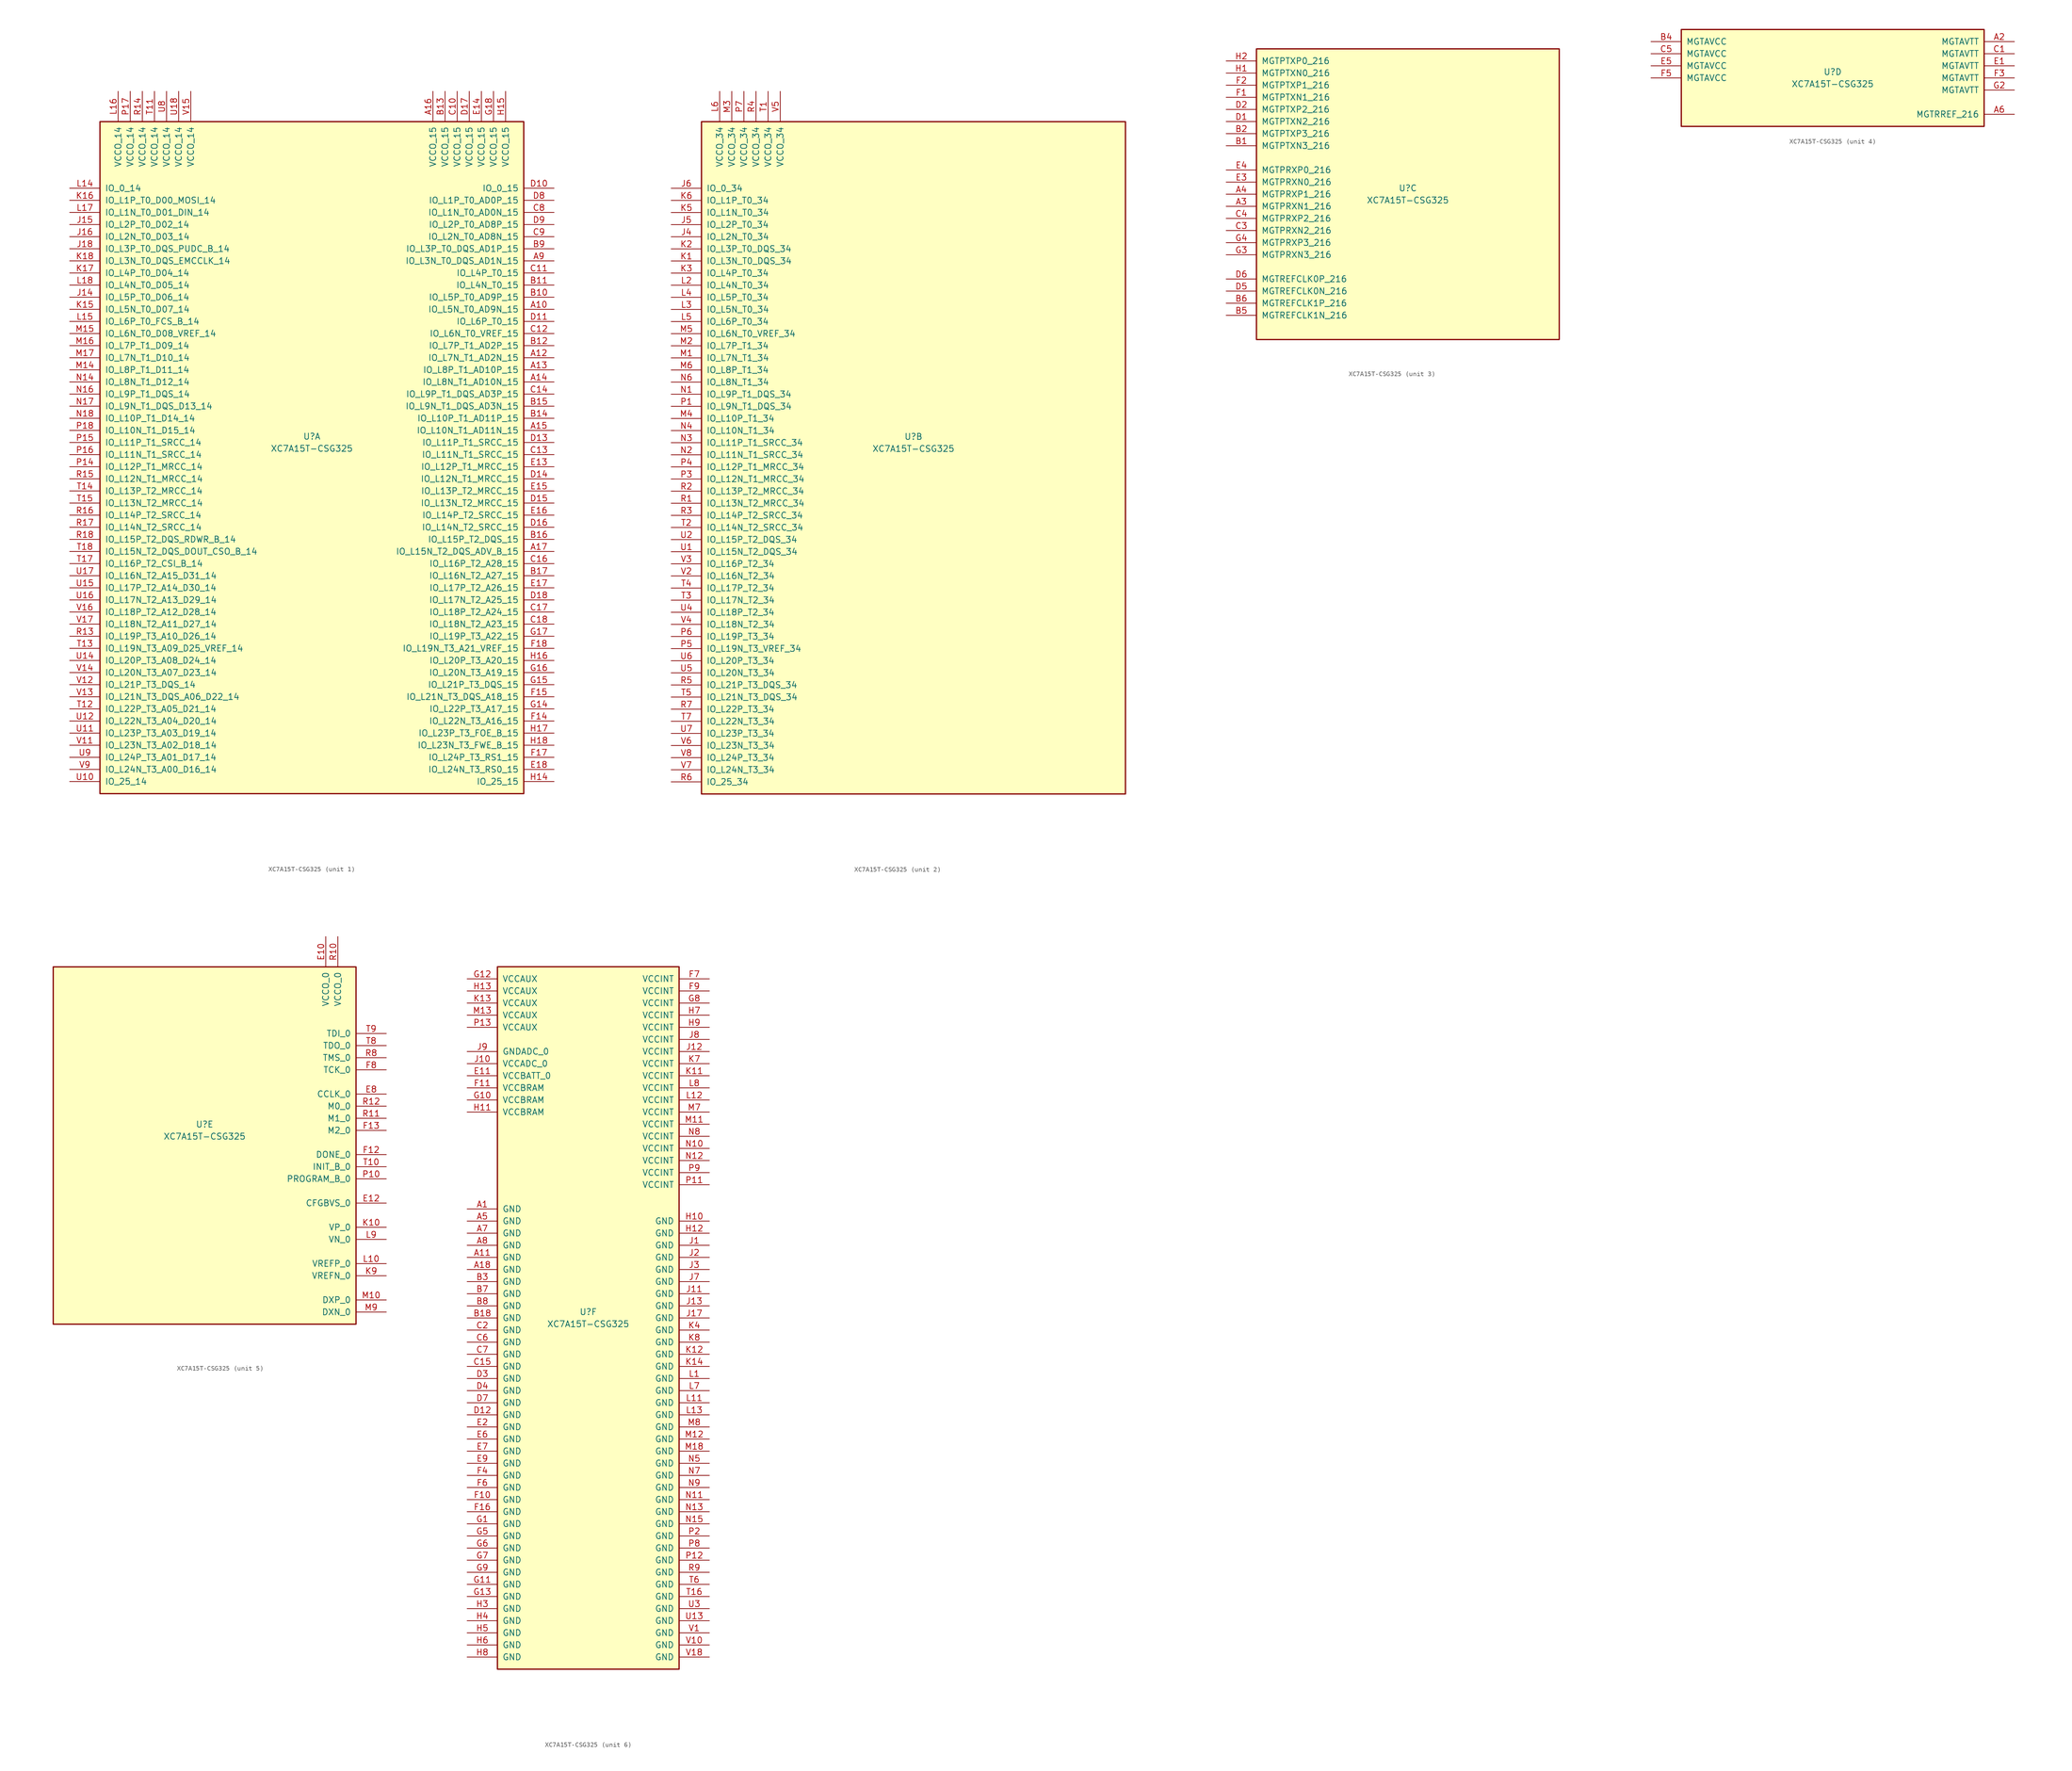
<source format=kicad_sym>
(kicad_symbol_lib
  (version 20201005)
  (generator kicad_symbol_editor)
  (symbol "XC7A15T-CSG325"
    (pin_names
      (offset 1.016))
    (property "Reference" "U"
      (at 0 1.27 0)
      (effects (font (size 1.27 1.27))))
    (property "Value" "XC7A15T-CSG325"
      (at 0 -1.27 0)
      (effects (font (size 1.27 1.27))))
    (property "Datasheet" ""
      (at 0 0 0)
      (effects (font (size 1.27 1.27))))
    (property "ki_locked" ""
      (at 0 0 0)
      (effects (font (size 1.27 1.27))))
    (symbol "XC7A15T-CSG325_1_1"
      (rectangle (start -44.45 67.31) (end 44.45 -73.66) (stroke (width 0.254)) (fill (type background)))
      (pin power_in line (at -40.64 73.66 270) (length 6.35) (name "VCCO_14" (effects (font (size 1.27 1.27)))) (number "L16" (effects (font (size 1.27 1.27)))))
      (pin power_in line (at -38.1 73.66 270) (length 6.35) (name "VCCO_14" (effects (font (size 1.27 1.27)))) (number "P17" (effects (font (size 1.27 1.27)))))
      (pin power_in line (at -35.56 73.66 270) (length 6.35) (name "VCCO_14" (effects (font (size 1.27 1.27)))) (number "R14" (effects (font (size 1.27 1.27)))))
      (pin power_in line (at -33.02 73.66 270) (length 6.35) (name "VCCO_14" (effects (font (size 1.27 1.27)))) (number "T11" (effects (font (size 1.27 1.27)))))
      (pin power_in line (at -30.48 73.66 270) (length 6.35) (name "VCCO_14" (effects (font (size 1.27 1.27)))) (number "U8" (effects (font (size 1.27 1.27)))))
      (pin power_in line (at -27.94 73.66 270) (length 6.35) (name "VCCO_14" (effects (font (size 1.27 1.27)))) (number "U18" (effects (font (size 1.27 1.27)))))
      (pin power_in line (at -25.4 73.66 270) (length 6.35) (name "VCCO_14" (effects (font (size 1.27 1.27)))) (number "V15" (effects (font (size 1.27 1.27)))))
      (pin bidirectional line (at -50.8 53.34 0) (length 6.35) (name "IO_0_14" (effects (font (size 1.27 1.27)))) (number "L14" (effects (font (size 1.27 1.27)))))
      (pin bidirectional line (at -50.8 50.8 0) (length 6.35) (name "IO_L1P_T0_D00_MOSI_14" (effects (font (size 1.27 1.27)))) (number "K16" (effects (font (size 1.27 1.27)))))
      (pin bidirectional line (at -50.8 48.26 0) (length 6.35) (name "IO_L1N_T0_D01_DIN_14" (effects (font (size 1.27 1.27)))) (number "L17" (effects (font (size 1.27 1.27)))))
      (pin bidirectional line (at -50.8 45.72 0) (length 6.35) (name "IO_L2P_T0_D02_14" (effects (font (size 1.27 1.27)))) (number "J15" (effects (font (size 1.27 1.27)))))
      (pin bidirectional line (at -50.8 43.18 0) (length 6.35) (name "IO_L2N_T0_D03_14" (effects (font (size 1.27 1.27)))) (number "J16" (effects (font (size 1.27 1.27)))))
      (pin bidirectional line (at -50.8 40.64 0) (length 6.35) (name "IO_L3P_T0_DQS_PUDC_B_14" (effects (font (size 1.27 1.27)))) (number "J18" (effects (font (size 1.27 1.27)))))
      (pin bidirectional line (at -50.8 38.1 0) (length 6.35) (name "IO_L3N_T0_DQS_EMCCLK_14" (effects (font (size 1.27 1.27)))) (number "K18" (effects (font (size 1.27 1.27)))))
      (pin bidirectional line (at -50.8 35.56 0) (length 6.35) (name "IO_L4P_T0_D04_14" (effects (font (size 1.27 1.27)))) (number "K17" (effects (font (size 1.27 1.27)))))
      (pin bidirectional line (at -50.8 33.02 0) (length 6.35) (name "IO_L4N_T0_D05_14" (effects (font (size 1.27 1.27)))) (number "L18" (effects (font (size 1.27 1.27)))))
      (pin bidirectional line (at -50.8 30.48 0) (length 6.35) (name "IO_L5P_T0_D06_14" (effects (font (size 1.27 1.27)))) (number "J14" (effects (font (size 1.27 1.27)))))
      (pin bidirectional line (at -50.8 27.94 0) (length 6.35) (name "IO_L5N_T0_D07_14" (effects (font (size 1.27 1.27)))) (number "K15" (effects (font (size 1.27 1.27)))))
      (pin bidirectional line (at -50.8 25.4 0) (length 6.35) (name "IO_L6P_T0_FCS_B_14" (effects (font (size 1.27 1.27)))) (number "L15" (effects (font (size 1.27 1.27)))))
      (pin bidirectional line (at -50.8 22.86 0) (length 6.35) (name "IO_L6N_T0_D08_VREF_14" (effects (font (size 1.27 1.27)))) (number "M15" (effects (font (size 1.27 1.27)))))
      (pin bidirectional line (at -50.8 20.32 0) (length 6.35) (name "IO_L7P_T1_D09_14" (effects (font (size 1.27 1.27)))) (number "M16" (effects (font (size 1.27 1.27)))))
      (pin bidirectional line (at -50.8 17.78 0) (length 6.35) (name "IO_L7N_T1_D10_14" (effects (font (size 1.27 1.27)))) (number "M17" (effects (font (size 1.27 1.27)))))
      (pin bidirectional line (at -50.8 15.24 0) (length 6.35) (name "IO_L8P_T1_D11_14" (effects (font (size 1.27 1.27)))) (number "M14" (effects (font (size 1.27 1.27)))))
      (pin bidirectional line (at -50.8 12.7 0) (length 6.35) (name "IO_L8N_T1_D12_14" (effects (font (size 1.27 1.27)))) (number "N14" (effects (font (size 1.27 1.27)))))
      (pin bidirectional line (at -50.8 10.16 0) (length 6.35) (name "IO_L9P_T1_DQS_14" (effects (font (size 1.27 1.27)))) (number "N16" (effects (font (size 1.27 1.27)))))
      (pin bidirectional line (at -50.8 7.62 0) (length 6.35) (name "IO_L9N_T1_DQS_D13_14" (effects (font (size 1.27 1.27)))) (number "N17" (effects (font (size 1.27 1.27)))))
      (pin bidirectional line (at -50.8 5.08 0) (length 6.35) (name "IO_L10P_T1_D14_14" (effects (font (size 1.27 1.27)))) (number "N18" (effects (font (size 1.27 1.27)))))
      (pin bidirectional line (at -50.8 2.54 0) (length 6.35) (name "IO_L10N_T1_D15_14" (effects (font (size 1.27 1.27)))) (number "P18" (effects (font (size 1.27 1.27)))))
      (pin bidirectional line (at -50.8 0 0) (length 6.35) (name "IO_L11P_T1_SRCC_14" (effects (font (size 1.27 1.27)))) (number "P15" (effects (font (size 1.27 1.27)))))
      (pin bidirectional line (at -50.8 -2.54 0) (length 6.35) (name "IO_L11N_T1_SRCC_14" (effects (font (size 1.27 1.27)))) (number "P16" (effects (font (size 1.27 1.27)))))
      (pin bidirectional line (at -50.8 -5.08 0) (length 6.35) (name "IO_L12P_T1_MRCC_14" (effects (font (size 1.27 1.27)))) (number "P14" (effects (font (size 1.27 1.27)))))
      (pin bidirectional line (at -50.8 -7.62 0) (length 6.35) (name "IO_L12N_T1_MRCC_14" (effects (font (size 1.27 1.27)))) (number "R15" (effects (font (size 1.27 1.27)))))
      (pin bidirectional line (at -50.8 -10.16 0) (length 6.35) (name "IO_L13P_T2_MRCC_14" (effects (font (size 1.27 1.27)))) (number "T14" (effects (font (size 1.27 1.27)))))
      (pin bidirectional line (at -50.8 -12.7 0) (length 6.35) (name "IO_L13N_T2_MRCC_14" (effects (font (size 1.27 1.27)))) (number "T15" (effects (font (size 1.27 1.27)))))
      (pin bidirectional line (at -50.8 -15.24 0) (length 6.35) (name "IO_L14P_T2_SRCC_14" (effects (font (size 1.27 1.27)))) (number "R16" (effects (font (size 1.27 1.27)))))
      (pin bidirectional line (at -50.8 -17.78 0) (length 6.35) (name "IO_L14N_T2_SRCC_14" (effects (font (size 1.27 1.27)))) (number "R17" (effects (font (size 1.27 1.27)))))
      (pin bidirectional line (at -50.8 -20.32 0) (length 6.35) (name "IO_L15P_T2_DQS_RDWR_B_14" (effects (font (size 1.27 1.27)))) (number "R18" (effects (font (size 1.27 1.27)))))
      (pin bidirectional line (at -50.8 -22.86 0) (length 6.35) (name "IO_L15N_T2_DQS_DOUT_CSO_B_14" (effects (font (size 1.27 1.27)))) (number "T18" (effects (font (size 1.27 1.27)))))
      (pin bidirectional line (at -50.8 -25.4 0) (length 6.35) (name "IO_L16P_T2_CSI_B_14" (effects (font (size 1.27 1.27)))) (number "T17" (effects (font (size 1.27 1.27)))))
      (pin bidirectional line (at -50.8 -27.94 0) (length 6.35) (name "IO_L16N_T2_A15_D31_14" (effects (font (size 1.27 1.27)))) (number "U17" (effects (font (size 1.27 1.27)))))
      (pin bidirectional line (at -50.8 -30.48 0) (length 6.35) (name "IO_L17P_T2_A14_D30_14" (effects (font (size 1.27 1.27)))) (number "U15" (effects (font (size 1.27 1.27)))))
      (pin bidirectional line (at -50.8 -33.02 0) (length 6.35) (name "IO_L17N_T2_A13_D29_14" (effects (font (size 1.27 1.27)))) (number "U16" (effects (font (size 1.27 1.27)))))
      (pin bidirectional line (at -50.8 -35.56 0) (length 6.35) (name "IO_L18P_T2_A12_D28_14" (effects (font (size 1.27 1.27)))) (number "V16" (effects (font (size 1.27 1.27)))))
      (pin bidirectional line (at -50.8 -38.1 0) (length 6.35) (name "IO_L18N_T2_A11_D27_14" (effects (font (size 1.27 1.27)))) (number "V17" (effects (font (size 1.27 1.27)))))
      (pin bidirectional line (at -50.8 -40.64 0) (length 6.35) (name "IO_L19P_T3_A10_D26_14" (effects (font (size 1.27 1.27)))) (number "R13" (effects (font (size 1.27 1.27)))))
      (pin bidirectional line (at -50.8 -43.18 0) (length 6.35) (name "IO_L19N_T3_A09_D25_VREF_14" (effects (font (size 1.27 1.27)))) (number "T13" (effects (font (size 1.27 1.27)))))
      (pin bidirectional line (at -50.8 -45.72 0) (length 6.35) (name "IO_L20P_T3_A08_D24_14" (effects (font (size 1.27 1.27)))) (number "U14" (effects (font (size 1.27 1.27)))))
      (pin bidirectional line (at -50.8 -48.26 0) (length 6.35) (name "IO_L20N_T3_A07_D23_14" (effects (font (size 1.27 1.27)))) (number "V14" (effects (font (size 1.27 1.27)))))
      (pin bidirectional line (at -50.8 -50.8 0) (length 6.35) (name "IO_L21P_T3_DQS_14" (effects (font (size 1.27 1.27)))) (number "V12" (effects (font (size 1.27 1.27)))))
      (pin bidirectional line (at -50.8 -53.34 0) (length 6.35) (name "IO_L21N_T3_DQS_A06_D22_14" (effects (font (size 1.27 1.27)))) (number "V13" (effects (font (size 1.27 1.27)))))
      (pin bidirectional line (at -50.8 -55.88 0) (length 6.35) (name "IO_L22P_T3_A05_D21_14" (effects (font (size 1.27 1.27)))) (number "T12" (effects (font (size 1.27 1.27)))))
      (pin bidirectional line (at -50.8 -58.42 0) (length 6.35) (name "IO_L22N_T3_A04_D20_14" (effects (font (size 1.27 1.27)))) (number "U12" (effects (font (size 1.27 1.27)))))
      (pin bidirectional line (at -50.8 -60.96 0) (length 6.35) (name "IO_L23P_T3_A03_D19_14" (effects (font (size 1.27 1.27)))) (number "U11" (effects (font (size 1.27 1.27)))))
      (pin bidirectional line (at -50.8 -63.5 0) (length 6.35) (name "IO_L23N_T3_A02_D18_14" (effects (font (size 1.27 1.27)))) (number "V11" (effects (font (size 1.27 1.27)))))
      (pin bidirectional line (at -50.8 -66.04 0) (length 6.35) (name "IO_L24P_T3_A01_D17_14" (effects (font (size 1.27 1.27)))) (number "U9" (effects (font (size 1.27 1.27)))))
      (pin bidirectional line (at -50.8 -68.58 0) (length 6.35) (name "IO_L24N_T3_A00_D16_14" (effects (font (size 1.27 1.27)))) (number "V9" (effects (font (size 1.27 1.27)))))
      (pin bidirectional line (at -50.8 -71.12 0) (length 6.35) (name "IO_25_14" (effects (font (size 1.27 1.27)))) (number "U10" (effects (font (size 1.27 1.27)))))
      (pin power_in line (at 25.4 73.66 270) (length 6.35) (name "VCCO_15" (effects (font (size 1.27 1.27)))) (number "A16" (effects (font (size 1.27 1.27)))))
      (pin power_in line (at 27.94 73.66 270) (length 6.35) (name "VCCO_15" (effects (font (size 1.27 1.27)))) (number "B13" (effects (font (size 1.27 1.27)))))
      (pin power_in line (at 30.48 73.66 270) (length 6.35) (name "VCCO_15" (effects (font (size 1.27 1.27)))) (number "C10" (effects (font (size 1.27 1.27)))))
      (pin power_in line (at 33.02 73.66 270) (length 6.35) (name "VCCO_15" (effects (font (size 1.27 1.27)))) (number "D17" (effects (font (size 1.27 1.27)))))
      (pin power_in line (at 35.56 73.66 270) (length 6.35) (name "VCCO_15" (effects (font (size 1.27 1.27)))) (number "E14" (effects (font (size 1.27 1.27)))))
      (pin power_in line (at 38.1 73.66 270) (length 6.35) (name "VCCO_15" (effects (font (size 1.27 1.27)))) (number "G18" (effects (font (size 1.27 1.27)))))
      (pin power_in line (at 40.64 73.66 270) (length 6.35) (name "VCCO_15" (effects (font (size 1.27 1.27)))) (number "H15" (effects (font (size 1.27 1.27)))))
      (pin bidirectional line (at 50.8 53.34 180) (length 6.35) (name "IO_0_15" (effects (font (size 1.27 1.27)))) (number "D10" (effects (font (size 1.27 1.27)))))
      (pin bidirectional line (at 50.8 50.8 180) (length 6.35) (name "IO_L1P_T0_AD0P_15" (effects (font (size 1.27 1.27)))) (number "D8" (effects (font (size 1.27 1.27)))))
      (pin bidirectional line (at 50.8 48.26 180) (length 6.35) (name "IO_L1N_T0_AD0N_15" (effects (font (size 1.27 1.27)))) (number "C8" (effects (font (size 1.27 1.27)))))
      (pin bidirectional line (at 50.8 45.72 180) (length 6.35) (name "IO_L2P_T0_AD8P_15" (effects (font (size 1.27 1.27)))) (number "D9" (effects (font (size 1.27 1.27)))))
      (pin bidirectional line (at 50.8 43.18 180) (length 6.35) (name "IO_L2N_T0_AD8N_15" (effects (font (size 1.27 1.27)))) (number "C9" (effects (font (size 1.27 1.27)))))
      (pin bidirectional line (at 50.8 40.64 180) (length 6.35) (name "IO_L3P_T0_DQS_AD1P_15" (effects (font (size 1.27 1.27)))) (number "B9" (effects (font (size 1.27 1.27)))))
      (pin bidirectional line (at 50.8 38.1 180) (length 6.35) (name "IO_L3N_T0_DQS_AD1N_15" (effects (font (size 1.27 1.27)))) (number "A9" (effects (font (size 1.27 1.27)))))
      (pin bidirectional line (at 50.8 35.56 180) (length 6.35) (name "IO_L4P_T0_15" (effects (font (size 1.27 1.27)))) (number "C11" (effects (font (size 1.27 1.27)))))
      (pin bidirectional line (at 50.8 33.02 180) (length 6.35) (name "IO_L4N_T0_15" (effects (font (size 1.27 1.27)))) (number "B11" (effects (font (size 1.27 1.27)))))
      (pin bidirectional line (at 50.8 30.48 180) (length 6.35) (name "IO_L5P_T0_AD9P_15" (effects (font (size 1.27 1.27)))) (number "B10" (effects (font (size 1.27 1.27)))))
      (pin bidirectional line (at 50.8 27.94 180) (length 6.35) (name "IO_L5N_T0_AD9N_15" (effects (font (size 1.27 1.27)))) (number "A10" (effects (font (size 1.27 1.27)))))
      (pin bidirectional line (at 50.8 25.4 180) (length 6.35) (name "IO_L6P_T0_15" (effects (font (size 1.27 1.27)))) (number "D11" (effects (font (size 1.27 1.27)))))
      (pin bidirectional line (at 50.8 22.86 180) (length 6.35) (name "IO_L6N_T0_VREF_15" (effects (font (size 1.27 1.27)))) (number "C12" (effects (font (size 1.27 1.27)))))
      (pin bidirectional line (at 50.8 20.32 180) (length 6.35) (name "IO_L7P_T1_AD2P_15" (effects (font (size 1.27 1.27)))) (number "B12" (effects (font (size 1.27 1.27)))))
      (pin bidirectional line (at 50.8 17.78 180) (length 6.35) (name "IO_L7N_T1_AD2N_15" (effects (font (size 1.27 1.27)))) (number "A12" (effects (font (size 1.27 1.27)))))
      (pin bidirectional line (at 50.8 15.24 180) (length 6.35) (name "IO_L8P_T1_AD10P_15" (effects (font (size 1.27 1.27)))) (number "A13" (effects (font (size 1.27 1.27)))))
      (pin bidirectional line (at 50.8 12.7 180) (length 6.35) (name "IO_L8N_T1_AD10N_15" (effects (font (size 1.27 1.27)))) (number "A14" (effects (font (size 1.27 1.27)))))
      (pin bidirectional line (at 50.8 10.16 180) (length 6.35) (name "IO_L9P_T1_DQS_AD3P_15" (effects (font (size 1.27 1.27)))) (number "C14" (effects (font (size 1.27 1.27)))))
      (pin bidirectional line (at 50.8 7.62 180) (length 6.35) (name "IO_L9N_T1_DQS_AD3N_15" (effects (font (size 1.27 1.27)))) (number "B15" (effects (font (size 1.27 1.27)))))
      (pin bidirectional line (at 50.8 5.08 180) (length 6.35) (name "IO_L10P_T1_AD11P_15" (effects (font (size 1.27 1.27)))) (number "B14" (effects (font (size 1.27 1.27)))))
      (pin bidirectional line (at 50.8 2.54 180) (length 6.35) (name "IO_L10N_T1_AD11N_15" (effects (font (size 1.27 1.27)))) (number "A15" (effects (font (size 1.27 1.27)))))
      (pin bidirectional line (at 50.8 0 180) (length 6.35) (name "IO_L11P_T1_SRCC_15" (effects (font (size 1.27 1.27)))) (number "D13" (effects (font (size 1.27 1.27)))))
      (pin bidirectional line (at 50.8 -2.54 180) (length 6.35) (name "IO_L11N_T1_SRCC_15" (effects (font (size 1.27 1.27)))) (number "C13" (effects (font (size 1.27 1.27)))))
      (pin bidirectional line (at 50.8 -5.08 180) (length 6.35) (name "IO_L12P_T1_MRCC_15" (effects (font (size 1.27 1.27)))) (number "E13" (effects (font (size 1.27 1.27)))))
      (pin bidirectional line (at 50.8 -7.62 180) (length 6.35) (name "IO_L12N_T1_MRCC_15" (effects (font (size 1.27 1.27)))) (number "D14" (effects (font (size 1.27 1.27)))))
      (pin bidirectional line (at 50.8 -10.16 180) (length 6.35) (name "IO_L13P_T2_MRCC_15" (effects (font (size 1.27 1.27)))) (number "E15" (effects (font (size 1.27 1.27)))))
      (pin bidirectional line (at 50.8 -12.7 180) (length 6.35) (name "IO_L13N_T2_MRCC_15" (effects (font (size 1.27 1.27)))) (number "D15" (effects (font (size 1.27 1.27)))))
      (pin bidirectional line (at 50.8 -15.24 180) (length 6.35) (name "IO_L14P_T2_SRCC_15" (effects (font (size 1.27 1.27)))) (number "E16" (effects (font (size 1.27 1.27)))))
      (pin bidirectional line (at 50.8 -17.78 180) (length 6.35) (name "IO_L14N_T2_SRCC_15" (effects (font (size 1.27 1.27)))) (number "D16" (effects (font (size 1.27 1.27)))))
      (pin bidirectional line (at 50.8 -20.32 180) (length 6.35) (name "IO_L15P_T2_DQS_15" (effects (font (size 1.27 1.27)))) (number "B16" (effects (font (size 1.27 1.27)))))
      (pin bidirectional line (at 50.8 -22.86 180) (length 6.35) (name "IO_L15N_T2_DQS_ADV_B_15" (effects (font (size 1.27 1.27)))) (number "A17" (effects (font (size 1.27 1.27)))))
      (pin bidirectional line (at 50.8 -25.4 180) (length 6.35) (name "IO_L16P_T2_A28_15" (effects (font (size 1.27 1.27)))) (number "C16" (effects (font (size 1.27 1.27)))))
      (pin bidirectional line (at 50.8 -27.94 180) (length 6.35) (name "IO_L16N_T2_A27_15" (effects (font (size 1.27 1.27)))) (number "B17" (effects (font (size 1.27 1.27)))))
      (pin bidirectional line (at 50.8 -30.48 180) (length 6.35) (name "IO_L17P_T2_A26_15" (effects (font (size 1.27 1.27)))) (number "E17" (effects (font (size 1.27 1.27)))))
      (pin bidirectional line (at 50.8 -33.02 180) (length 6.35) (name "IO_L17N_T2_A25_15" (effects (font (size 1.27 1.27)))) (number "D18" (effects (font (size 1.27 1.27)))))
      (pin bidirectional line (at 50.8 -35.56 180) (length 6.35) (name "IO_L18P_T2_A24_15" (effects (font (size 1.27 1.27)))) (number "C17" (effects (font (size 1.27 1.27)))))
      (pin bidirectional line (at 50.8 -38.1 180) (length 6.35) (name "IO_L18N_T2_A23_15" (effects (font (size 1.27 1.27)))) (number "C18" (effects (font (size 1.27 1.27)))))
      (pin bidirectional line (at 50.8 -40.64 180) (length 6.35) (name "IO_L19P_T3_A22_15" (effects (font (size 1.27 1.27)))) (number "G17" (effects (font (size 1.27 1.27)))))
      (pin bidirectional line (at 50.8 -43.18 180) (length 6.35) (name "IO_L19N_T3_A21_VREF_15" (effects (font (size 1.27 1.27)))) (number "F18" (effects (font (size 1.27 1.27)))))
      (pin bidirectional line (at 50.8 -45.72 180) (length 6.35) (name "IO_L20P_T3_A20_15" (effects (font (size 1.27 1.27)))) (number "H16" (effects (font (size 1.27 1.27)))))
      (pin bidirectional line (at 50.8 -48.26 180) (length 6.35) (name "IO_L20N_T3_A19_15" (effects (font (size 1.27 1.27)))) (number "G16" (effects (font (size 1.27 1.27)))))
      (pin bidirectional line (at 50.8 -50.8 180) (length 6.35) (name "IO_L21P_T3_DQS_15" (effects (font (size 1.27 1.27)))) (number "G15" (effects (font (size 1.27 1.27)))))
      (pin bidirectional line (at 50.8 -53.34 180) (length 6.35) (name "IO_L21N_T3_DQS_A18_15" (effects (font (size 1.27 1.27)))) (number "F15" (effects (font (size 1.27 1.27)))))
      (pin bidirectional line (at 50.8 -55.88 180) (length 6.35) (name "IO_L22P_T3_A17_15" (effects (font (size 1.27 1.27)))) (number "G14" (effects (font (size 1.27 1.27)))))
      (pin bidirectional line (at 50.8 -58.42 180) (length 6.35) (name "IO_L22N_T3_A16_15" (effects (font (size 1.27 1.27)))) (number "F14" (effects (font (size 1.27 1.27)))))
      (pin bidirectional line (at 50.8 -60.96 180) (length 6.35) (name "IO_L23P_T3_FOE_B_15" (effects (font (size 1.27 1.27)))) (number "H17" (effects (font (size 1.27 1.27)))))
      (pin bidirectional line (at 50.8 -63.5 180) (length 6.35) (name "IO_L23N_T3_FWE_B_15" (effects (font (size 1.27 1.27)))) (number "H18" (effects (font (size 1.27 1.27)))))
      (pin bidirectional line (at 50.8 -66.04 180) (length 6.35) (name "IO_L24P_T3_RS1_15" (effects (font (size 1.27 1.27)))) (number "F17" (effects (font (size 1.27 1.27)))))
      (pin bidirectional line (at 50.8 -68.58 180) (length 6.35) (name "IO_L24N_T3_RS0_15" (effects (font (size 1.27 1.27)))) (number "E18" (effects (font (size 1.27 1.27)))))
      (pin bidirectional line (at 50.8 -71.12 180) (length 6.35) (name "IO_25_15" (effects (font (size 1.27 1.27)))) (number "H14" (effects (font (size 1.27 1.27))))))
    (symbol "XC7A15T-CSG325_2_1"
      (rectangle (start -44.45 67.31) (end 44.45 -73.66) (stroke (width 0.254)) (fill (type background)))
      (pin power_in line (at -40.64 73.66 270) (length 6.35) (name "VCCO_34" (effects (font (size 1.27 1.27)))) (number "L6" (effects (font (size 1.27 1.27)))))
      (pin power_in line (at -38.1 73.66 270) (length 6.35) (name "VCCO_34" (effects (font (size 1.27 1.27)))) (number "M3" (effects (font (size 1.27 1.27)))))
      (pin power_in line (at -35.56 73.66 270) (length 6.35) (name "VCCO_34" (effects (font (size 1.27 1.27)))) (number "P7" (effects (font (size 1.27 1.27)))))
      (pin power_in line (at -33.02 73.66 270) (length 6.35) (name "VCCO_34" (effects (font (size 1.27 1.27)))) (number "R4" (effects (font (size 1.27 1.27)))))
      (pin power_in line (at -30.48 73.66 270) (length 6.35) (name "VCCO_34" (effects (font (size 1.27 1.27)))) (number "T1" (effects (font (size 1.27 1.27)))))
      (pin power_in line (at -27.94 73.66 270) (length 6.35) (name "VCCO_34" (effects (font (size 1.27 1.27)))) (number "V5" (effects (font (size 1.27 1.27)))))
      (pin bidirectional line (at -50.8 53.34 0) (length 6.35) (name "IO_0_34" (effects (font (size 1.27 1.27)))) (number "J6" (effects (font (size 1.27 1.27)))))
      (pin bidirectional line (at -50.8 50.8 0) (length 6.35) (name "IO_L1P_T0_34" (effects (font (size 1.27 1.27)))) (number "K6" (effects (font (size 1.27 1.27)))))
      (pin bidirectional line (at -50.8 48.26 0) (length 6.35) (name "IO_L1N_T0_34" (effects (font (size 1.27 1.27)))) (number "K5" (effects (font (size 1.27 1.27)))))
      (pin bidirectional line (at -50.8 45.72 0) (length 6.35) (name "IO_L2P_T0_34" (effects (font (size 1.27 1.27)))) (number "J5" (effects (font (size 1.27 1.27)))))
      (pin bidirectional line (at -50.8 43.18 0) (length 6.35) (name "IO_L2N_T0_34" (effects (font (size 1.27 1.27)))) (number "J4" (effects (font (size 1.27 1.27)))))
      (pin bidirectional line (at -50.8 40.64 0) (length 6.35) (name "IO_L3P_T0_DQS_34" (effects (font (size 1.27 1.27)))) (number "K2" (effects (font (size 1.27 1.27)))))
      (pin bidirectional line (at -50.8 38.1 0) (length 6.35) (name "IO_L3N_T0_DQS_34" (effects (font (size 1.27 1.27)))) (number "K1" (effects (font (size 1.27 1.27)))))
      (pin bidirectional line (at -50.8 35.56 0) (length 6.35) (name "IO_L4P_T0_34" (effects (font (size 1.27 1.27)))) (number "K3" (effects (font (size 1.27 1.27)))))
      (pin bidirectional line (at -50.8 33.02 0) (length 6.35) (name "IO_L4N_T0_34" (effects (font (size 1.27 1.27)))) (number "L2" (effects (font (size 1.27 1.27)))))
      (pin bidirectional line (at -50.8 30.48 0) (length 6.35) (name "IO_L5P_T0_34" (effects (font (size 1.27 1.27)))) (number "L4" (effects (font (size 1.27 1.27)))))
      (pin bidirectional line (at -50.8 27.94 0) (length 6.35) (name "IO_L5N_T0_34" (effects (font (size 1.27 1.27)))) (number "L3" (effects (font (size 1.27 1.27)))))
      (pin bidirectional line (at -50.8 25.4 0) (length 6.35) (name "IO_L6P_T0_34" (effects (font (size 1.27 1.27)))) (number "L5" (effects (font (size 1.27 1.27)))))
      (pin bidirectional line (at -50.8 22.86 0) (length 6.35) (name "IO_L6N_T0_VREF_34" (effects (font (size 1.27 1.27)))) (number "M5" (effects (font (size 1.27 1.27)))))
      (pin bidirectional line (at -50.8 20.32 0) (length 6.35) (name "IO_L7P_T1_34" (effects (font (size 1.27 1.27)))) (number "M2" (effects (font (size 1.27 1.27)))))
      (pin bidirectional line (at -50.8 17.78 0) (length 6.35) (name "IO_L7N_T1_34" (effects (font (size 1.27 1.27)))) (number "M1" (effects (font (size 1.27 1.27)))))
      (pin bidirectional line (at -50.8 15.24 0) (length 6.35) (name "IO_L8P_T1_34" (effects (font (size 1.27 1.27)))) (number "M6" (effects (font (size 1.27 1.27)))))
      (pin bidirectional line (at -50.8 12.7 0) (length 6.35) (name "IO_L8N_T1_34" (effects (font (size 1.27 1.27)))) (number "N6" (effects (font (size 1.27 1.27)))))
      (pin bidirectional line (at -50.8 10.16 0) (length 6.35) (name "IO_L9P_T1_DQS_34" (effects (font (size 1.27 1.27)))) (number "N1" (effects (font (size 1.27 1.27)))))
      (pin bidirectional line (at -50.8 7.62 0) (length 6.35) (name "IO_L9N_T1_DQS_34" (effects (font (size 1.27 1.27)))) (number "P1" (effects (font (size 1.27 1.27)))))
      (pin bidirectional line (at -50.8 5.08 0) (length 6.35) (name "IO_L10P_T1_34" (effects (font (size 1.27 1.27)))) (number "M4" (effects (font (size 1.27 1.27)))))
      (pin bidirectional line (at -50.8 2.54 0) (length 6.35) (name "IO_L10N_T1_34" (effects (font (size 1.27 1.27)))) (number "N4" (effects (font (size 1.27 1.27)))))
      (pin bidirectional line (at -50.8 0 0) (length 6.35) (name "IO_L11P_T1_SRCC_34" (effects (font (size 1.27 1.27)))) (number "N3" (effects (font (size 1.27 1.27)))))
      (pin bidirectional line (at -50.8 -2.54 0) (length 6.35) (name "IO_L11N_T1_SRCC_34" (effects (font (size 1.27 1.27)))) (number "N2" (effects (font (size 1.27 1.27)))))
      (pin bidirectional line (at -50.8 -5.08 0) (length 6.35) (name "IO_L12P_T1_MRCC_34" (effects (font (size 1.27 1.27)))) (number "P4" (effects (font (size 1.27 1.27)))))
      (pin bidirectional line (at -50.8 -7.62 0) (length 6.35) (name "IO_L12N_T1_MRCC_34" (effects (font (size 1.27 1.27)))) (number "P3" (effects (font (size 1.27 1.27)))))
      (pin bidirectional line (at -50.8 -10.16 0) (length 6.35) (name "IO_L13P_T2_MRCC_34" (effects (font (size 1.27 1.27)))) (number "R2" (effects (font (size 1.27 1.27)))))
      (pin bidirectional line (at -50.8 -12.7 0) (length 6.35) (name "IO_L13N_T2_MRCC_34" (effects (font (size 1.27 1.27)))) (number "R1" (effects (font (size 1.27 1.27)))))
      (pin bidirectional line (at -50.8 -15.24 0) (length 6.35) (name "IO_L14P_T2_SRCC_34" (effects (font (size 1.27 1.27)))) (number "R3" (effects (font (size 1.27 1.27)))))
      (pin bidirectional line (at -50.8 -17.78 0) (length 6.35) (name "IO_L14N_T2_SRCC_34" (effects (font (size 1.27 1.27)))) (number "T2" (effects (font (size 1.27 1.27)))))
      (pin bidirectional line (at -50.8 -20.32 0) (length 6.35) (name "IO_L15P_T2_DQS_34" (effects (font (size 1.27 1.27)))) (number "U2" (effects (font (size 1.27 1.27)))))
      (pin bidirectional line (at -50.8 -22.86 0) (length 6.35) (name "IO_L15N_T2_DQS_34" (effects (font (size 1.27 1.27)))) (number "U1" (effects (font (size 1.27 1.27)))))
      (pin bidirectional line (at -50.8 -25.4 0) (length 6.35) (name "IO_L16P_T2_34" (effects (font (size 1.27 1.27)))) (number "V3" (effects (font (size 1.27 1.27)))))
      (pin bidirectional line (at -50.8 -27.94 0) (length 6.35) (name "IO_L16N_T2_34" (effects (font (size 1.27 1.27)))) (number "V2" (effects (font (size 1.27 1.27)))))
      (pin bidirectional line (at -50.8 -30.48 0) (length 6.35) (name "IO_L17P_T2_34" (effects (font (size 1.27 1.27)))) (number "T4" (effects (font (size 1.27 1.27)))))
      (pin bidirectional line (at -50.8 -33.02 0) (length 6.35) (name "IO_L17N_T2_34" (effects (font (size 1.27 1.27)))) (number "T3" (effects (font (size 1.27 1.27)))))
      (pin bidirectional line (at -50.8 -35.56 0) (length 6.35) (name "IO_L18P_T2_34" (effects (font (size 1.27 1.27)))) (number "U4" (effects (font (size 1.27 1.27)))))
      (pin bidirectional line (at -50.8 -38.1 0) (length 6.35) (name "IO_L18N_T2_34" (effects (font (size 1.27 1.27)))) (number "V4" (effects (font (size 1.27 1.27)))))
      (pin bidirectional line (at -50.8 -40.64 0) (length 6.35) (name "IO_L19P_T3_34" (effects (font (size 1.27 1.27)))) (number "P6" (effects (font (size 1.27 1.27)))))
      (pin bidirectional line (at -50.8 -43.18 0) (length 6.35) (name "IO_L19N_T3_VREF_34" (effects (font (size 1.27 1.27)))) (number "P5" (effects (font (size 1.27 1.27)))))
      (pin bidirectional line (at -50.8 -45.72 0) (length 6.35) (name "IO_L20P_T3_34" (effects (font (size 1.27 1.27)))) (number "U6" (effects (font (size 1.27 1.27)))))
      (pin bidirectional line (at -50.8 -48.26 0) (length 6.35) (name "IO_L20N_T3_34" (effects (font (size 1.27 1.27)))) (number "U5" (effects (font (size 1.27 1.27)))))
      (pin bidirectional line (at -50.8 -50.8 0) (length 6.35) (name "IO_L21P_T3_DQS_34" (effects (font (size 1.27 1.27)))) (number "R5" (effects (font (size 1.27 1.27)))))
      (pin bidirectional line (at -50.8 -53.34 0) (length 6.35) (name "IO_L21N_T3_DQS_34" (effects (font (size 1.27 1.27)))) (number "T5" (effects (font (size 1.27 1.27)))))
      (pin bidirectional line (at -50.8 -55.88 0) (length 6.35) (name "IO_L22P_T3_34" (effects (font (size 1.27 1.27)))) (number "R7" (effects (font (size 1.27 1.27)))))
      (pin bidirectional line (at -50.8 -58.42 0) (length 6.35) (name "IO_L22N_T3_34" (effects (font (size 1.27 1.27)))) (number "T7" (effects (font (size 1.27 1.27)))))
      (pin bidirectional line (at -50.8 -60.96 0) (length 6.35) (name "IO_L23P_T3_34" (effects (font (size 1.27 1.27)))) (number "U7" (effects (font (size 1.27 1.27)))))
      (pin bidirectional line (at -50.8 -63.5 0) (length 6.35) (name "IO_L23N_T3_34" (effects (font (size 1.27 1.27)))) (number "V6" (effects (font (size 1.27 1.27)))))
      (pin bidirectional line (at -50.8 -66.04 0) (length 6.35) (name "IO_L24P_T3_34" (effects (font (size 1.27 1.27)))) (number "V8" (effects (font (size 1.27 1.27)))))
      (pin bidirectional line (at -50.8 -68.58 0) (length 6.35) (name "IO_L24N_T3_34" (effects (font (size 1.27 1.27)))) (number "V7" (effects (font (size 1.27 1.27)))))
      (pin bidirectional line (at -50.8 -71.12 0) (length 6.35) (name "IO_25_34" (effects (font (size 1.27 1.27)))) (number "R6" (effects (font (size 1.27 1.27))))))
    (symbol "XC7A15T-CSG325_3_1"
      (rectangle (start -31.75 30.48) (end 31.75 -30.48) (stroke (width 0.254)) (fill (type background)))
      (pin bidirectional line (at -38.1 27.94 0) (length 6.35) (name "MGTPTXP0_216" (effects (font (size 1.27 1.27)))) (number "H2" (effects (font (size 1.27 1.27)))))
      (pin bidirectional line (at -38.1 25.4 0) (length 6.35) (name "MGTPTXN0_216" (effects (font (size 1.27 1.27)))) (number "H1" (effects (font (size 1.27 1.27)))))
      (pin bidirectional line (at -38.1 22.86 0) (length 6.35) (name "MGTPTXP1_216" (effects (font (size 1.27 1.27)))) (number "F2" (effects (font (size 1.27 1.27)))))
      (pin bidirectional line (at -38.1 20.32 0) (length 6.35) (name "MGTPTXN1_216" (effects (font (size 1.27 1.27)))) (number "F1" (effects (font (size 1.27 1.27)))))
      (pin bidirectional line (at -38.1 17.78 0) (length 6.35) (name "MGTPTXP2_216" (effects (font (size 1.27 1.27)))) (number "D2" (effects (font (size 1.27 1.27)))))
      (pin bidirectional line (at -38.1 15.24 0) (length 6.35) (name "MGTPTXN2_216" (effects (font (size 1.27 1.27)))) (number "D1" (effects (font (size 1.27 1.27)))))
      (pin bidirectional line (at -38.1 12.7 0) (length 6.35) (name "MGTPTXP3_216" (effects (font (size 1.27 1.27)))) (number "B2" (effects (font (size 1.27 1.27)))))
      (pin bidirectional line (at -38.1 10.16 0) (length 6.35) (name "MGTPTXN3_216" (effects (font (size 1.27 1.27)))) (number "B1" (effects (font (size 1.27 1.27)))))
      (pin bidirectional line (at -38.1 5.08 0) (length 6.35) (name "MGTPRXP0_216" (effects (font (size 1.27 1.27)))) (number "E4" (effects (font (size 1.27 1.27)))))
      (pin bidirectional line (at -38.1 2.54 0) (length 6.35) (name "MGTPRXN0_216" (effects (font (size 1.27 1.27)))) (number "E3" (effects (font (size 1.27 1.27)))))
      (pin bidirectional line (at -38.1 0 0) (length 6.35) (name "MGTPRXP1_216" (effects (font (size 1.27 1.27)))) (number "A4" (effects (font (size 1.27 1.27)))))
      (pin bidirectional line (at -38.1 -2.54 0) (length 6.35) (name "MGTPRXN1_216" (effects (font (size 1.27 1.27)))) (number "A3" (effects (font (size 1.27 1.27)))))
      (pin bidirectional line (at -38.1 -5.08 0) (length 6.35) (name "MGTPRXP2_216" (effects (font (size 1.27 1.27)))) (number "C4" (effects (font (size 1.27 1.27)))))
      (pin bidirectional line (at -38.1 -7.62 0) (length 6.35) (name "MGTPRXN2_216" (effects (font (size 1.27 1.27)))) (number "C3" (effects (font (size 1.27 1.27)))))
      (pin bidirectional line (at -38.1 -10.16 0) (length 6.35) (name "MGTPRXP3_216" (effects (font (size 1.27 1.27)))) (number "G4" (effects (font (size 1.27 1.27)))))
      (pin bidirectional line (at -38.1 -12.7 0) (length 6.35) (name "MGTPRXN3_216" (effects (font (size 1.27 1.27)))) (number "G3" (effects (font (size 1.27 1.27)))))
      (pin bidirectional line (at -38.1 -17.78 0) (length 6.35) (name "MGTREFCLK0P_216" (effects (font (size 1.27 1.27)))) (number "D6" (effects (font (size 1.27 1.27)))))
      (pin bidirectional line (at -38.1 -20.32 0) (length 6.35) (name "MGTREFCLK0N_216" (effects (font (size 1.27 1.27)))) (number "D5" (effects (font (size 1.27 1.27)))))
      (pin bidirectional line (at -38.1 -22.86 0) (length 6.35) (name "MGTREFCLK1P_216" (effects (font (size 1.27 1.27)))) (number "B6" (effects (font (size 1.27 1.27)))))
      (pin bidirectional line (at -38.1 -25.4 0) (length 6.35) (name "MGTREFCLK1N_216" (effects (font (size 1.27 1.27)))) (number "B5" (effects (font (size 1.27 1.27))))))
    (symbol "XC7A15T-CSG325_4_1"
      (rectangle (start -31.75 10.16) (end 31.75 -10.16) (stroke (width 0.254)) (fill (type background)))
      (pin power_in line (at -38.1 7.62 0) (length 6.35) (name "MGTAVCC" (effects (font (size 1.27 1.27)))) (number "B4" (effects (font (size 1.27 1.27)))))
      (pin power_in line (at -38.1 5.08 0) (length 6.35) (name "MGTAVCC" (effects (font (size 1.27 1.27)))) (number "C5" (effects (font (size 1.27 1.27)))))
      (pin power_in line (at -38.1 2.54 0) (length 6.35) (name "MGTAVCC" (effects (font (size 1.27 1.27)))) (number "E5" (effects (font (size 1.27 1.27)))))
      (pin power_in line (at -38.1 0 0) (length 6.35) (name "MGTAVCC" (effects (font (size 1.27 1.27)))) (number "F5" (effects (font (size 1.27 1.27)))))
      (pin power_in line (at 38.1 7.62 180) (length 6.35) (name "MGTAVTT" (effects (font (size 1.27 1.27)))) (number "A2" (effects (font (size 1.27 1.27)))))
      (pin power_in line (at 38.1 5.08 180) (length 6.35) (name "MGTAVTT" (effects (font (size 1.27 1.27)))) (number "C1" (effects (font (size 1.27 1.27)))))
      (pin power_in line (at 38.1 2.54 180) (length 6.35) (name "MGTAVTT" (effects (font (size 1.27 1.27)))) (number "E1" (effects (font (size 1.27 1.27)))))
      (pin power_in line (at 38.1 0 180) (length 6.35) (name "MGTAVTT" (effects (font (size 1.27 1.27)))) (number "F3" (effects (font (size 1.27 1.27)))))
      (pin power_in line (at 38.1 -2.54 180) (length 6.35) (name "MGTAVTT" (effects (font (size 1.27 1.27)))) (number "G2" (effects (font (size 1.27 1.27)))))
      (pin power_in line (at 38.1 -7.62 180) (length 6.35) (name "MGTRREF_216" (effects (font (size 1.27 1.27)))) (number "A6" (effects (font (size 1.27 1.27))))))
    (symbol "XC7A15T-CSG325_5_1"
      (rectangle (start -31.75 34.29) (end 31.75 -40.64) (stroke (width 0.254)) (fill (type background)))
      (pin power_in line (at 25.4 40.64 270) (length 6.35) (name "VCCO_0" (effects (font (size 1.27 1.27)))) (number "E10" (effects (font (size 1.27 1.27)))))
      (pin power_in line (at 27.94 40.64 270) (length 6.35) (name "VCCO_0" (effects (font (size 1.27 1.27)))) (number "R10" (effects (font (size 1.27 1.27)))))
      (pin bidirectional line (at 38.1 20.32 180) (length 6.35) (name "TDI_0" (effects (font (size 1.27 1.27)))) (number "T9" (effects (font (size 1.27 1.27)))))
      (pin bidirectional line (at 38.1 17.78 180) (length 6.35) (name "TDO_0" (effects (font (size 1.27 1.27)))) (number "T8" (effects (font (size 1.27 1.27)))))
      (pin bidirectional line (at 38.1 15.24 180) (length 6.35) (name "TMS_0" (effects (font (size 1.27 1.27)))) (number "R8" (effects (font (size 1.27 1.27)))))
      (pin bidirectional line (at 38.1 12.7 180) (length 6.35) (name "TCK_0" (effects (font (size 1.27 1.27)))) (number "F8" (effects (font (size 1.27 1.27)))))
      (pin bidirectional line (at 38.1 7.62 180) (length 6.35) (name "CCLK_0" (effects (font (size 1.27 1.27)))) (number "E8" (effects (font (size 1.27 1.27)))))
      (pin bidirectional line (at 38.1 5.08 180) (length 6.35) (name "M0_0" (effects (font (size 1.27 1.27)))) (number "R12" (effects (font (size 1.27 1.27)))))
      (pin bidirectional line (at 38.1 2.54 180) (length 6.35) (name "M1_0" (effects (font (size 1.27 1.27)))) (number "R11" (effects (font (size 1.27 1.27)))))
      (pin bidirectional line (at 38.1 0 180) (length 6.35) (name "M2_0" (effects (font (size 1.27 1.27)))) (number "F13" (effects (font (size 1.27 1.27)))))
      (pin bidirectional line (at 38.1 -5.08 180) (length 6.35) (name "DONE_0" (effects (font (size 1.27 1.27)))) (number "F12" (effects (font (size 1.27 1.27)))))
      (pin bidirectional line (at 38.1 -7.62 180) (length 6.35) (name "INIT_B_0" (effects (font (size 1.27 1.27)))) (number "T10" (effects (font (size 1.27 1.27)))))
      (pin bidirectional line (at 38.1 -10.16 180) (length 6.35) (name "PROGRAM_B_0" (effects (font (size 1.27 1.27)))) (number "P10" (effects (font (size 1.27 1.27)))))
      (pin bidirectional line (at 38.1 -15.24 180) (length 6.35) (name "CFGBVS_0" (effects (font (size 1.27 1.27)))) (number "E12" (effects (font (size 1.27 1.27)))))
      (pin bidirectional line (at 38.1 -20.32 180) (length 6.35) (name "VP_0" (effects (font (size 1.27 1.27)))) (number "K10" (effects (font (size 1.27 1.27)))))
      (pin bidirectional line (at 38.1 -22.86 180) (length 6.35) (name "VN_0" (effects (font (size 1.27 1.27)))) (number "L9" (effects (font (size 1.27 1.27)))))
      (pin bidirectional line (at 38.1 -27.94 180) (length 6.35) (name "VREFP_0" (effects (font (size 1.27 1.27)))) (number "L10" (effects (font (size 1.27 1.27)))))
      (pin bidirectional line (at 38.1 -30.48 180) (length 6.35) (name "VREFN_0" (effects (font (size 1.27 1.27)))) (number "K9" (effects (font (size 1.27 1.27)))))
      (pin bidirectional line (at 38.1 -35.56 180) (length 6.35) (name "DXP_0" (effects (font (size 1.27 1.27)))) (number "M10" (effects (font (size 1.27 1.27)))))
      (pin bidirectional line (at 38.1 -38.1 180) (length 6.35) (name "DXN_0" (effects (font (size 1.27 1.27)))) (number "M9" (effects (font (size 1.27 1.27))))))
    (symbol "XC7A15T-CSG325_6_1"
      (rectangle (start -19.05 73.66) (end 19.05 -73.66) (stroke (width 0.254)) (fill (type background)))
      (pin power_in line (at -25.4 71.12 0) (length 6.35) (name "VCCAUX" (effects (font (size 1.27 1.27)))) (number "G12" (effects (font (size 1.27 1.27)))))
      (pin power_in line (at -25.4 68.58 0) (length 6.35) (name "VCCAUX" (effects (font (size 1.27 1.27)))) (number "H13" (effects (font (size 1.27 1.27)))))
      (pin power_in line (at -25.4 66.04 0) (length 6.35) (name "VCCAUX" (effects (font (size 1.27 1.27)))) (number "K13" (effects (font (size 1.27 1.27)))))
      (pin power_in line (at -25.4 63.5 0) (length 6.35) (name "VCCAUX" (effects (font (size 1.27 1.27)))) (number "M13" (effects (font (size 1.27 1.27)))))
      (pin power_in line (at -25.4 60.96 0) (length 6.35) (name "VCCAUX" (effects (font (size 1.27 1.27)))) (number "P13" (effects (font (size 1.27 1.27)))))
      (pin power_in line (at -25.4 55.88 0) (length 6.35) (name "GNDADC_0" (effects (font (size 1.27 1.27)))) (number "J9" (effects (font (size 1.27 1.27)))))
      (pin power_in line (at -25.4 53.34 0) (length 6.35) (name "VCCADC_0" (effects (font (size 1.27 1.27)))) (number "J10" (effects (font (size 1.27 1.27)))))
      (pin power_in line (at -25.4 50.8 0) (length 6.35) (name "VCCBATT_0" (effects (font (size 1.27 1.27)))) (number "E11" (effects (font (size 1.27 1.27)))))
      (pin power_in line (at -25.4 48.26 0) (length 6.35) (name "VCCBRAM" (effects (font (size 1.27 1.27)))) (number "F11" (effects (font (size 1.27 1.27)))))
      (pin power_in line (at -25.4 45.72 0) (length 6.35) (name "VCCBRAM" (effects (font (size 1.27 1.27)))) (number "G10" (effects (font (size 1.27 1.27)))))
      (pin power_in line (at -25.4 43.18 0) (length 6.35) (name "VCCBRAM" (effects (font (size 1.27 1.27)))) (number "H11" (effects (font (size 1.27 1.27)))))
      (pin power_in line (at -25.4 22.86 0) (length 6.35) (name "GND" (effects (font (size 1.27 1.27)))) (number "A1" (effects (font (size 1.27 1.27)))))
      (pin power_in line (at -25.4 20.32 0) (length 6.35) (name "GND" (effects (font (size 1.27 1.27)))) (number "A5" (effects (font (size 1.27 1.27)))))
      (pin power_in line (at -25.4 17.78 0) (length 6.35) (name "GND" (effects (font (size 1.27 1.27)))) (number "A7" (effects (font (size 1.27 1.27)))))
      (pin power_in line (at -25.4 15.24 0) (length 6.35) (name "GND" (effects (font (size 1.27 1.27)))) (number "A8" (effects (font (size 1.27 1.27)))))
      (pin power_in line (at -25.4 12.7 0) (length 6.35) (name "GND" (effects (font (size 1.27 1.27)))) (number "A11" (effects (font (size 1.27 1.27)))))
      (pin power_in line (at -25.4 10.16 0) (length 6.35) (name "GND" (effects (font (size 1.27 1.27)))) (number "A18" (effects (font (size 1.27 1.27)))))
      (pin power_in line (at -25.4 7.62 0) (length 6.35) (name "GND" (effects (font (size 1.27 1.27)))) (number "B3" (effects (font (size 1.27 1.27)))))
      (pin power_in line (at -25.4 5.08 0) (length 6.35) (name "GND" (effects (font (size 1.27 1.27)))) (number "B7" (effects (font (size 1.27 1.27)))))
      (pin power_in line (at -25.4 2.54 0) (length 6.35) (name "GND" (effects (font (size 1.27 1.27)))) (number "B8" (effects (font (size 1.27 1.27)))))
      (pin power_in line (at -25.4 0 0) (length 6.35) (name "GND" (effects (font (size 1.27 1.27)))) (number "B18" (effects (font (size 1.27 1.27)))))
      (pin power_in line (at -25.4 -2.54 0) (length 6.35) (name "GND" (effects (font (size 1.27 1.27)))) (number "C2" (effects (font (size 1.27 1.27)))))
      (pin power_in line (at -25.4 -5.08 0) (length 6.35) (name "GND" (effects (font (size 1.27 1.27)))) (number "C6" (effects (font (size 1.27 1.27)))))
      (pin power_in line (at -25.4 -7.62 0) (length 6.35) (name "GND" (effects (font (size 1.27 1.27)))) (number "C7" (effects (font (size 1.27 1.27)))))
      (pin power_in line (at -25.4 -10.16 0) (length 6.35) (name "GND" (effects (font (size 1.27 1.27)))) (number "C15" (effects (font (size 1.27 1.27)))))
      (pin power_in line (at -25.4 -12.7 0) (length 6.35) (name "GND" (effects (font (size 1.27 1.27)))) (number "D3" (effects (font (size 1.27 1.27)))))
      (pin power_in line (at -25.4 -15.24 0) (length 6.35) (name "GND" (effects (font (size 1.27 1.27)))) (number "D4" (effects (font (size 1.27 1.27)))))
      (pin power_in line (at -25.4 -17.78 0) (length 6.35) (name "GND" (effects (font (size 1.27 1.27)))) (number "D7" (effects (font (size 1.27 1.27)))))
      (pin power_in line (at -25.4 -20.32 0) (length 6.35) (name "GND" (effects (font (size 1.27 1.27)))) (number "D12" (effects (font (size 1.27 1.27)))))
      (pin power_in line (at -25.4 -22.86 0) (length 6.35) (name "GND" (effects (font (size 1.27 1.27)))) (number "E2" (effects (font (size 1.27 1.27)))))
      (pin power_in line (at -25.4 -25.4 0) (length 6.35) (name "GND" (effects (font (size 1.27 1.27)))) (number "E6" (effects (font (size 1.27 1.27)))))
      (pin power_in line (at -25.4 -27.94 0) (length 6.35) (name "GND" (effects (font (size 1.27 1.27)))) (number "E7" (effects (font (size 1.27 1.27)))))
      (pin power_in line (at -25.4 -30.48 0) (length 6.35) (name "GND" (effects (font (size 1.27 1.27)))) (number "E9" (effects (font (size 1.27 1.27)))))
      (pin power_in line (at -25.4 -33.02 0) (length 6.35) (name "GND" (effects (font (size 1.27 1.27)))) (number "F4" (effects (font (size 1.27 1.27)))))
      (pin power_in line (at -25.4 -35.56 0) (length 6.35) (name "GND" (effects (font (size 1.27 1.27)))) (number "F6" (effects (font (size 1.27 1.27)))))
      (pin power_in line (at -25.4 -38.1 0) (length 6.35) (name "GND" (effects (font (size 1.27 1.27)))) (number "F10" (effects (font (size 1.27 1.27)))))
      (pin power_in line (at -25.4 -40.64 0) (length 6.35) (name "GND" (effects (font (size 1.27 1.27)))) (number "F16" (effects (font (size 1.27 1.27)))))
      (pin power_in line (at -25.4 -43.18 0) (length 6.35) (name "GND" (effects (font (size 1.27 1.27)))) (number "G1" (effects (font (size 1.27 1.27)))))
      (pin power_in line (at -25.4 -45.72 0) (length 6.35) (name "GND" (effects (font (size 1.27 1.27)))) (number "G5" (effects (font (size 1.27 1.27)))))
      (pin power_in line (at -25.4 -48.26 0) (length 6.35) (name "GND" (effects (font (size 1.27 1.27)))) (number "G6" (effects (font (size 1.27 1.27)))))
      (pin power_in line (at -25.4 -50.8 0) (length 6.35) (name "GND" (effects (font (size 1.27 1.27)))) (number "G7" (effects (font (size 1.27 1.27)))))
      (pin power_in line (at -25.4 -53.34 0) (length 6.35) (name "GND" (effects (font (size 1.27 1.27)))) (number "G9" (effects (font (size 1.27 1.27)))))
      (pin power_in line (at -25.4 -55.88 0) (length 6.35) (name "GND" (effects (font (size 1.27 1.27)))) (number "G11" (effects (font (size 1.27 1.27)))))
      (pin power_in line (at -25.4 -58.42 0) (length 6.35) (name "GND" (effects (font (size 1.27 1.27)))) (number "G13" (effects (font (size 1.27 1.27)))))
      (pin power_in line (at -25.4 -60.96 0) (length 6.35) (name "GND" (effects (font (size 1.27 1.27)))) (number "H3" (effects (font (size 1.27 1.27)))))
      (pin power_in line (at -25.4 -63.5 0) (length 6.35) (name "GND" (effects (font (size 1.27 1.27)))) (number "H4" (effects (font (size 1.27 1.27)))))
      (pin power_in line (at -25.4 -66.04 0) (length 6.35) (name "GND" (effects (font (size 1.27 1.27)))) (number "H5" (effects (font (size 1.27 1.27)))))
      (pin power_in line (at -25.4 -68.58 0) (length 6.35) (name "GND" (effects (font (size 1.27 1.27)))) (number "H6" (effects (font (size 1.27 1.27)))))
      (pin power_in line (at -25.4 -71.12 0) (length 6.35) (name "GND" (effects (font (size 1.27 1.27)))) (number "H8" (effects (font (size 1.27 1.27)))))
      (pin power_in line (at 25.4 71.12 180) (length 6.35) (name "VCCINT" (effects (font (size 1.27 1.27)))) (number "F7" (effects (font (size 1.27 1.27)))))
      (pin power_in line (at 25.4 68.58 180) (length 6.35) (name "VCCINT" (effects (font (size 1.27 1.27)))) (number "F9" (effects (font (size 1.27 1.27)))))
      (pin power_in line (at 25.4 66.04 180) (length 6.35) (name "VCCINT" (effects (font (size 1.27 1.27)))) (number "G8" (effects (font (size 1.27 1.27)))))
      (pin power_in line (at 25.4 63.5 180) (length 6.35) (name "VCCINT" (effects (font (size 1.27 1.27)))) (number "H7" (effects (font (size 1.27 1.27)))))
      (pin power_in line (at 25.4 60.96 180) (length 6.35) (name "VCCINT" (effects (font (size 1.27 1.27)))) (number "H9" (effects (font (size 1.27 1.27)))))
      (pin power_in line (at 25.4 58.42 180) (length 6.35) (name "VCCINT" (effects (font (size 1.27 1.27)))) (number "J8" (effects (font (size 1.27 1.27)))))
      (pin power_in line (at 25.4 55.88 180) (length 6.35) (name "VCCINT" (effects (font (size 1.27 1.27)))) (number "J12" (effects (font (size 1.27 1.27)))))
      (pin power_in line (at 25.4 53.34 180) (length 6.35) (name "VCCINT" (effects (font (size 1.27 1.27)))) (number "K7" (effects (font (size 1.27 1.27)))))
      (pin power_in line (at 25.4 50.8 180) (length 6.35) (name "VCCINT" (effects (font (size 1.27 1.27)))) (number "K11" (effects (font (size 1.27 1.27)))))
      (pin power_in line (at 25.4 48.26 180) (length 6.35) (name "VCCINT" (effects (font (size 1.27 1.27)))) (number "L8" (effects (font (size 1.27 1.27)))))
      (pin power_in line (at 25.4 45.72 180) (length 6.35) (name "VCCINT" (effects (font (size 1.27 1.27)))) (number "L12" (effects (font (size 1.27 1.27)))))
      (pin power_in line (at 25.4 43.18 180) (length 6.35) (name "VCCINT" (effects (font (size 1.27 1.27)))) (number "M7" (effects (font (size 1.27 1.27)))))
      (pin power_in line (at 25.4 40.64 180) (length 6.35) (name "VCCINT" (effects (font (size 1.27 1.27)))) (number "M11" (effects (font (size 1.27 1.27)))))
      (pin power_in line (at 25.4 38.1 180) (length 6.35) (name "VCCINT" (effects (font (size 1.27 1.27)))) (number "N8" (effects (font (size 1.27 1.27)))))
      (pin power_in line (at 25.4 35.56 180) (length 6.35) (name "VCCINT" (effects (font (size 1.27 1.27)))) (number "N10" (effects (font (size 1.27 1.27)))))
      (pin power_in line (at 25.4 33.02 180) (length 6.35) (name "VCCINT" (effects (font (size 1.27 1.27)))) (number "N12" (effects (font (size 1.27 1.27)))))
      (pin power_in line (at 25.4 30.48 180) (length 6.35) (name "VCCINT" (effects (font (size 1.27 1.27)))) (number "P9" (effects (font (size 1.27 1.27)))))
      (pin power_in line (at 25.4 27.94 180) (length 6.35) (name "VCCINT" (effects (font (size 1.27 1.27)))) (number "P11" (effects (font (size 1.27 1.27)))))
      (pin power_in line (at 25.4 20.32 180) (length 6.35) (name "GND" (effects (font (size 1.27 1.27)))) (number "H10" (effects (font (size 1.27 1.27)))))
      (pin power_in line (at 25.4 17.78 180) (length 6.35) (name "GND" (effects (font (size 1.27 1.27)))) (number "H12" (effects (font (size 1.27 1.27)))))
      (pin power_in line (at 25.4 15.24 180) (length 6.35) (name "GND" (effects (font (size 1.27 1.27)))) (number "J1" (effects (font (size 1.27 1.27)))))
      (pin power_in line (at 25.4 12.7 180) (length 6.35) (name "GND" (effects (font (size 1.27 1.27)))) (number "J2" (effects (font (size 1.27 1.27)))))
      (pin power_in line (at 25.4 10.16 180) (length 6.35) (name "GND" (effects (font (size 1.27 1.27)))) (number "J3" (effects (font (size 1.27 1.27)))))
      (pin power_in line (at 25.4 7.62 180) (length 6.35) (name "GND" (effects (font (size 1.27 1.27)))) (number "J7" (effects (font (size 1.27 1.27)))))
      (pin power_in line (at 25.4 5.08 180) (length 6.35) (name "GND" (effects (font (size 1.27 1.27)))) (number "J11" (effects (font (size 1.27 1.27)))))
      (pin power_in line (at 25.4 2.54 180) (length 6.35) (name "GND" (effects (font (size 1.27 1.27)))) (number "J13" (effects (font (size 1.27 1.27)))))
      (pin power_in line (at 25.4 0 180) (length 6.35) (name "GND" (effects (font (size 1.27 1.27)))) (number "J17" (effects (font (size 1.27 1.27)))))
      (pin power_in line (at 25.4 -2.54 180) (length 6.35) (name "GND" (effects (font (size 1.27 1.27)))) (number "K4" (effects (font (size 1.27 1.27)))))
      (pin power_in line (at 25.4 -5.08 180) (length 6.35) (name "GND" (effects (font (size 1.27 1.27)))) (number "K8" (effects (font (size 1.27 1.27)))))
      (pin power_in line (at 25.4 -7.62 180) (length 6.35) (name "GND" (effects (font (size 1.27 1.27)))) (number "K12" (effects (font (size 1.27 1.27)))))
      (pin power_in line (at 25.4 -10.16 180) (length 6.35) (name "GND" (effects (font (size 1.27 1.27)))) (number "K14" (effects (font (size 1.27 1.27)))))
      (pin power_in line (at 25.4 -12.7 180) (length 6.35) (name "GND" (effects (font (size 1.27 1.27)))) (number "L1" (effects (font (size 1.27 1.27)))))
      (pin power_in line (at 25.4 -15.24 180) (length 6.35) (name "GND" (effects (font (size 1.27 1.27)))) (number "L7" (effects (font (size 1.27 1.27)))))
      (pin power_in line (at 25.4 -17.78 180) (length 6.35) (name "GND" (effects (font (size 1.27 1.27)))) (number "L11" (effects (font (size 1.27 1.27)))))
      (pin power_in line (at 25.4 -20.32 180) (length 6.35) (name "GND" (effects (font (size 1.27 1.27)))) (number "L13" (effects (font (size 1.27 1.27)))))
      (pin power_in line (at 25.4 -22.86 180) (length 6.35) (name "GND" (effects (font (size 1.27 1.27)))) (number "M8" (effects (font (size 1.27 1.27)))))
      (pin power_in line (at 25.4 -25.4 180) (length 6.35) (name "GND" (effects (font (size 1.27 1.27)))) (number "M12" (effects (font (size 1.27 1.27)))))
      (pin power_in line (at 25.4 -27.94 180) (length 6.35) (name "GND" (effects (font (size 1.27 1.27)))) (number "M18" (effects (font (size 1.27 1.27)))))
      (pin power_in line (at 25.4 -30.48 180) (length 6.35) (name "GND" (effects (font (size 1.27 1.27)))) (number "N5" (effects (font (size 1.27 1.27)))))
      (pin power_in line (at 25.4 -33.02 180) (length 6.35) (name "GND" (effects (font (size 1.27 1.27)))) (number "N7" (effects (font (size 1.27 1.27)))))
      (pin power_in line (at 25.4 -35.56 180) (length 6.35) (name "GND" (effects (font (size 1.27 1.27)))) (number "N9" (effects (font (size 1.27 1.27)))))
      (pin power_in line (at 25.4 -38.1 180) (length 6.35) (name "GND" (effects (font (size 1.27 1.27)))) (number "N11" (effects (font (size 1.27 1.27)))))
      (pin power_in line (at 25.4 -40.64 180) (length 6.35) (name "GND" (effects (font (size 1.27 1.27)))) (number "N13" (effects (font (size 1.27 1.27)))))
      (pin power_in line (at 25.4 -43.18 180) (length 6.35) (name "GND" (effects (font (size 1.27 1.27)))) (number "N15" (effects (font (size 1.27 1.27)))))
      (pin power_in line (at 25.4 -45.72 180) (length 6.35) (name "GND" (effects (font (size 1.27 1.27)))) (number "P2" (effects (font (size 1.27 1.27)))))
      (pin power_in line (at 25.4 -48.26 180) (length 6.35) (name "GND" (effects (font (size 1.27 1.27)))) (number "P8" (effects (font (size 1.27 1.27)))))
      (pin power_in line (at 25.4 -50.8 180) (length 6.35) (name "GND" (effects (font (size 1.27 1.27)))) (number "P12" (effects (font (size 1.27 1.27)))))
      (pin power_in line (at 25.4 -53.34 180) (length 6.35) (name "GND" (effects (font (size 1.27 1.27)))) (number "R9" (effects (font (size 1.27 1.27)))))
      (pin power_in line (at 25.4 -55.88 180) (length 6.35) (name "GND" (effects (font (size 1.27 1.27)))) (number "T6" (effects (font (size 1.27 1.27)))))
      (pin power_in line (at 25.4 -58.42 180) (length 6.35) (name "GND" (effects (font (size 1.27 1.27)))) (number "T16" (effects (font (size 1.27 1.27)))))
      (pin power_in line (at 25.4 -60.96 180) (length 6.35) (name "GND" (effects (font (size 1.27 1.27)))) (number "U3" (effects (font (size 1.27 1.27)))))
      (pin power_in line (at 25.4 -63.5 180) (length 6.35) (name "GND" (effects (font (size 1.27 1.27)))) (number "U13" (effects (font (size 1.27 1.27)))))
      (pin power_in line (at 25.4 -66.04 180) (length 6.35) (name "GND" (effects (font (size 1.27 1.27)))) (number "V1" (effects (font (size 1.27 1.27)))))
      (pin power_in line (at 25.4 -68.58 180) (length 6.35) (name "GND" (effects (font (size 1.27 1.27)))) (number "V10" (effects (font (size 1.27 1.27)))))
      (pin power_in line (at 25.4 -71.12 180) (length 6.35) (name "GND" (effects (font (size 1.27 1.27)))) (number "V18" (effects (font (size 1.27 1.27))))))))
</source>
